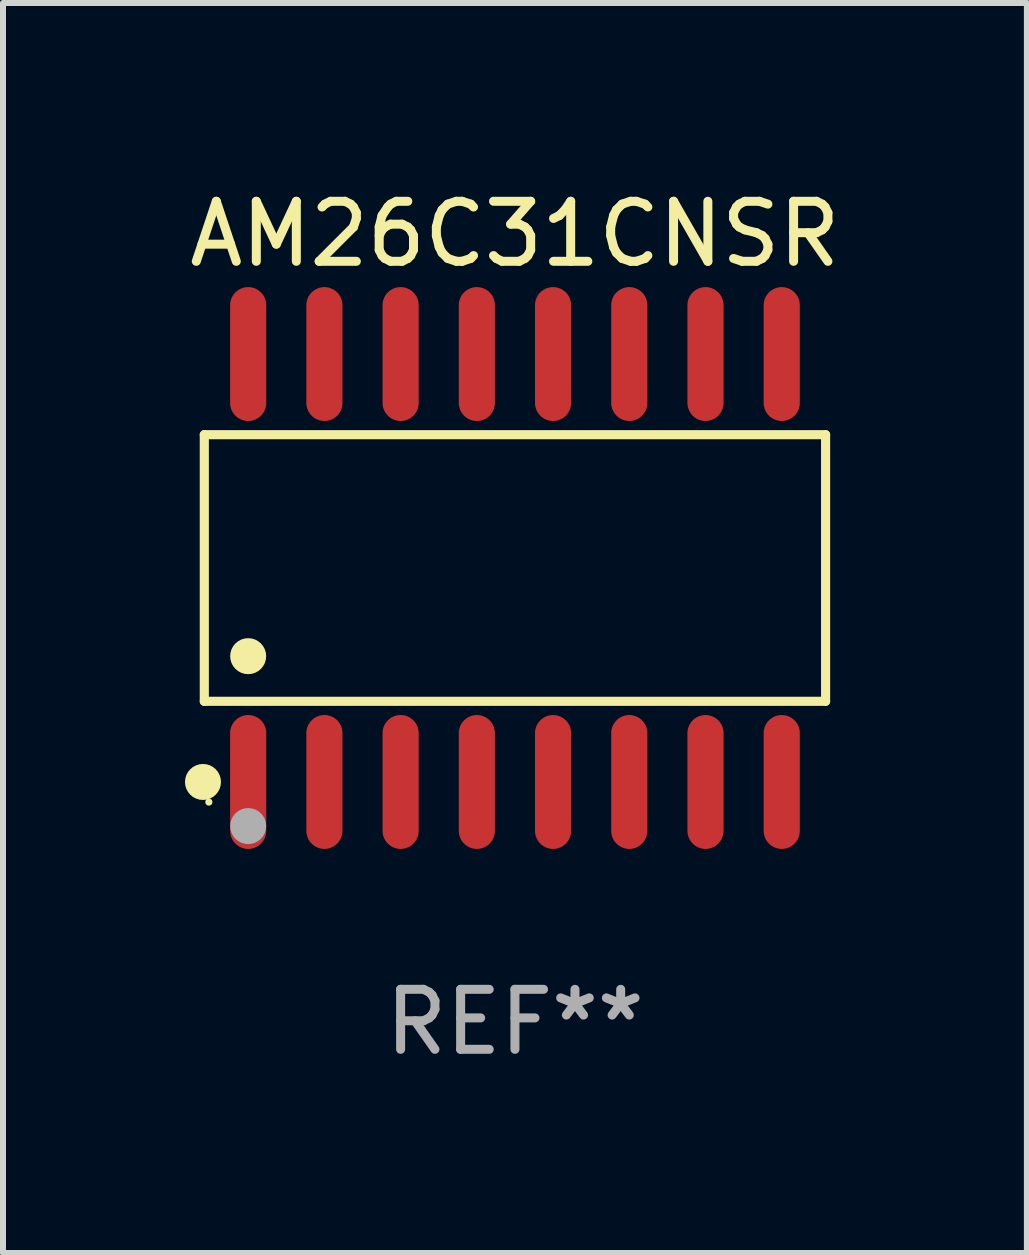
<source format=kicad_pcb>
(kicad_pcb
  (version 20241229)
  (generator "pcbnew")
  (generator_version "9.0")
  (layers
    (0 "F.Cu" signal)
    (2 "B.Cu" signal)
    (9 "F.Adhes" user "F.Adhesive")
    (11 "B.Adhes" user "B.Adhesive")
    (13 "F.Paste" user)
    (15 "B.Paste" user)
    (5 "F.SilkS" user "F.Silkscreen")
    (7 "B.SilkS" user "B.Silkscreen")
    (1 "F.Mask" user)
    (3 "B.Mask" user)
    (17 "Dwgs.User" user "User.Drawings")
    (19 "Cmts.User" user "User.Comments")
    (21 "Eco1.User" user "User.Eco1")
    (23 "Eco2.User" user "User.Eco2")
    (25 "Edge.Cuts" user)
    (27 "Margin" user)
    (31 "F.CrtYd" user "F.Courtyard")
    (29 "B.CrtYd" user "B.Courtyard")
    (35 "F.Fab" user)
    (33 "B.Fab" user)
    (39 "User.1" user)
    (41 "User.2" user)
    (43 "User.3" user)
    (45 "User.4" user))
  (footprint "AM26C31CNSR"
    (layer "F.Cu")
    (at 5.53 6.414)
    (property "Reference" "AM26C31CNSR" (at 0 -5.565 0) (layer "F.SilkS") (effects (font (size 1 1) (thickness 0.15))))
    (attr through_hole)
    (fp_line (start -5.176 -2.221) (end 5.176 -2.221) (stroke (width 0.152) (type solid)) (layer "F.SilkS"))
    (fp_line (start -5.176 2.221) (end -5.176 -2.221) (stroke (width 0.152) (type solid)) (layer "F.SilkS"))
    (fp_line (start 5.176 -2.221) (end 5.176 2.221) (stroke (width 0.152) (type solid)) (layer "F.SilkS"))
    (fp_line (start 5.176 2.221) (end -5.176 2.221) (stroke (width 0.152) (type solid)) (layer "F.SilkS"))
    (fp_circle (center -5.198 3.565) (end -5.048 3.565) (stroke (width 0.3) (type solid)) (fill no) (layer "F.SilkS"))
    (fp_circle (center -5.1 3.9) (end -5.07 3.9) (stroke (width 0.06) (type solid)) (fill no) (layer "F.SilkS"))
    (fp_circle (center -4.445 1.469) (end -4.295 1.469) (stroke (width 0.3) (type solid)) (fill no) (layer "F.SilkS"))
    (fp_circle (center -4.445 4.3) (end -4.295 4.3) (stroke (width 0.3) (type solid)) (fill no) (layer "F.Fab"))
    (fp_text user "REF**" (at 0 7.565 0) (layer "F.Fab") (effects (font (size 1 1) (thickness 0.15))))
    (pad "1" smd oval (at -4.445 3.565) (size 0.602 2.231) (layers "F.Cu" "F.Mask" "F.Paste"))
    (pad "2" smd oval (at -3.175 3.565) (size 0.602 2.231) (layers "F.Cu" "F.Mask" "F.Paste"))
    (pad "3" smd oval (at -1.905 3.565) (size 0.602 2.231) (layers "F.Cu" "F.Mask" "F.Paste"))
    (pad "4" smd oval (at -0.635 3.565) (size 0.602 2.231) (layers "F.Cu" "F.Mask" "F.Paste"))
    (pad "5" smd oval (at 0.635 3.565) (size 0.602 2.231) (layers "F.Cu" "F.Mask" "F.Paste"))
    (pad "6" smd oval (at 1.905 3.565) (size 0.602 2.231) (layers "F.Cu" "F.Mask" "F.Paste"))
    (pad "7" smd oval (at 3.175 3.565) (size 0.602 2.231) (layers "F.Cu" "F.Mask" "F.Paste"))
    (pad "8" smd oval (at 4.445 3.565) (size 0.602 2.231) (layers "F.Cu" "F.Mask" "F.Paste"))
    (pad "9" smd oval (at 4.445 -3.565) (size 0.602 2.231) (layers "F.Cu" "F.Mask" "F.Paste"))
    (pad "10" smd oval (at 3.175 -3.565) (size 0.602 2.231) (layers "F.Cu" "F.Mask" "F.Paste"))
    (pad "11" smd oval (at 1.905 -3.565) (size 0.602 2.231) (layers "F.Cu" "F.Mask" "F.Paste"))
    (pad "12" smd oval (at 0.635 -3.565) (size 0.602 2.231) (layers "F.Cu" "F.Mask" "F.Paste"))
    (pad "13" smd oval (at -0.635 -3.565) (size 0.602 2.231) (layers "F.Cu" "F.Mask" "F.Paste"))
    (pad "14" smd oval (at -1.905 -3.565) (size 0.602 2.231) (layers "F.Cu" "F.Mask" "F.Paste"))
    (pad "15" smd oval (at -3.175 -3.565) (size 0.602 2.231) (layers "F.Cu" "F.Mask" "F.Paste"))
    (pad "16" smd oval (at -4.445 -3.565) (size 0.602 2.231) (layers "F.Cu" "F.Mask" "F.Paste")))
  (gr_rect
    (start -3 -3)
    (end 14.06 17.827)
    (stroke (width 0.1) (type default))
    (fill no)
    (layer "Edge.Cuts")))
</source>
